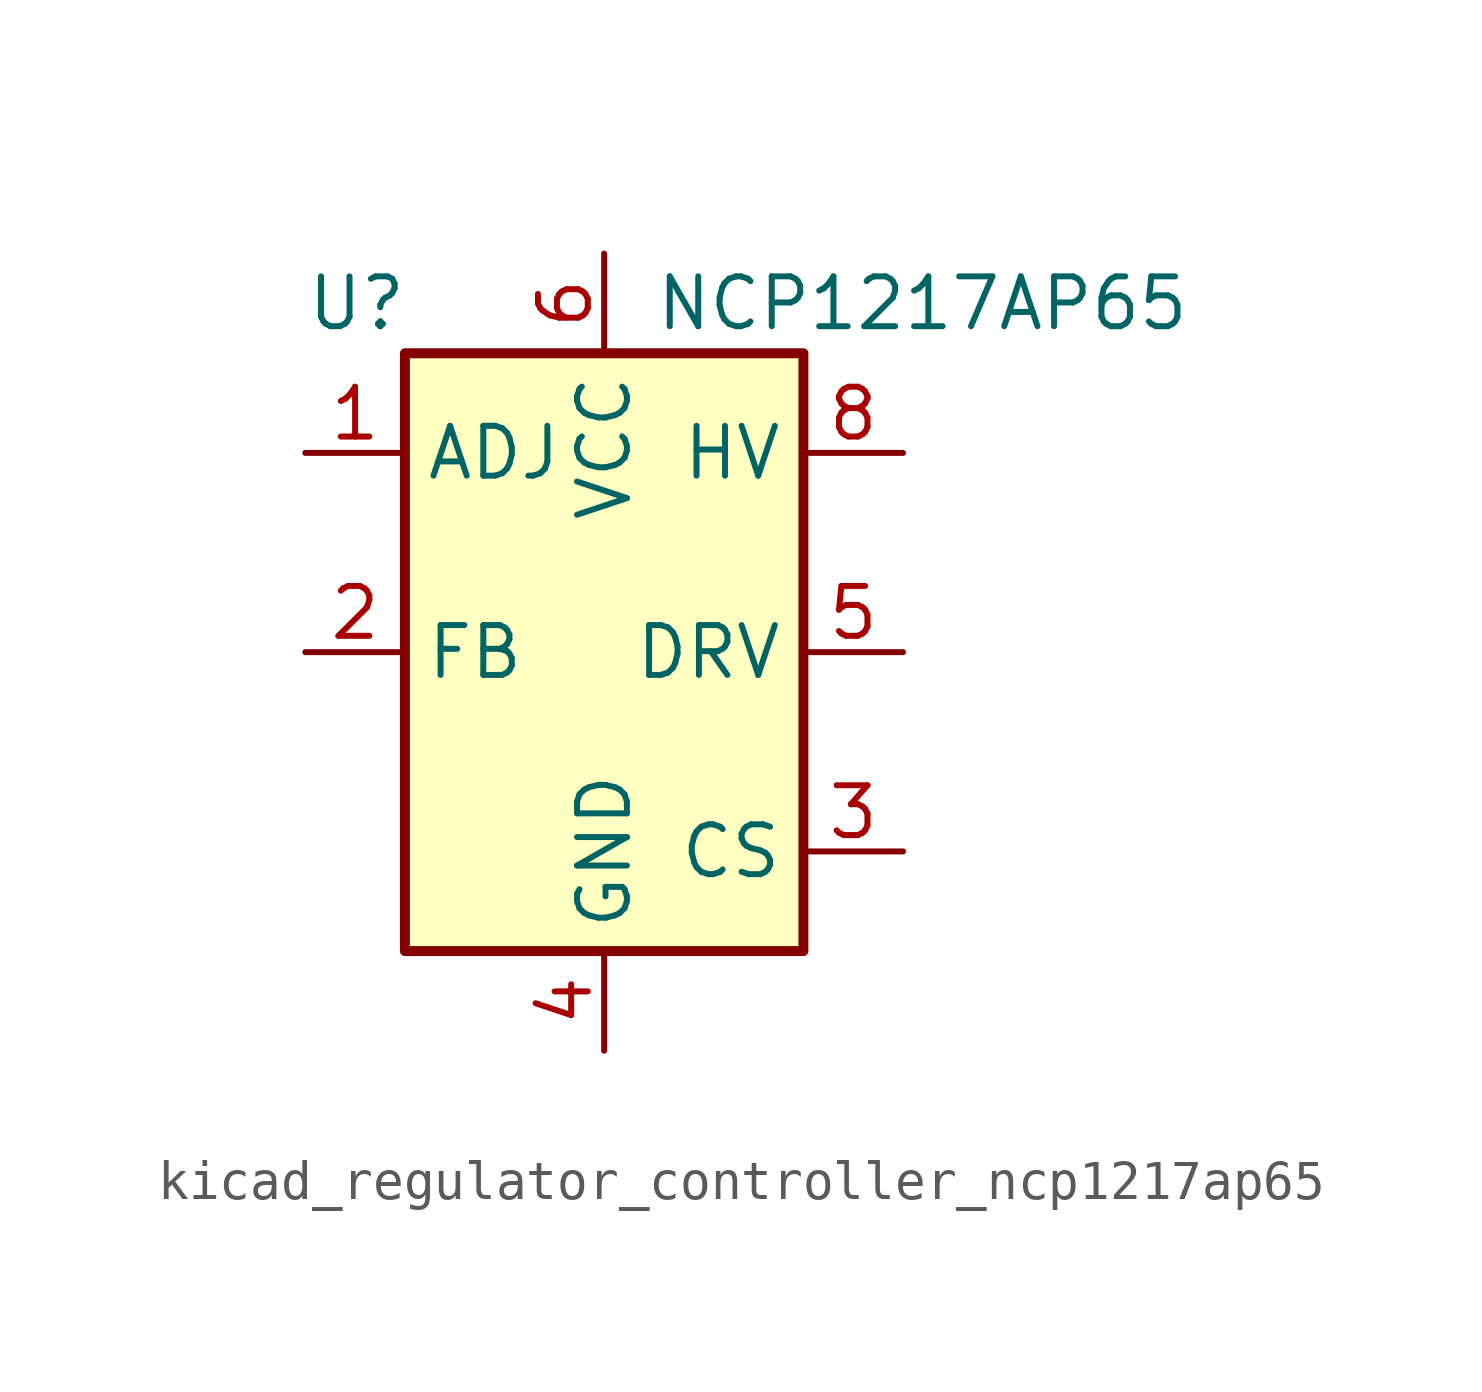
<source format=kicad_sym>
(kicad_symbol_lib
  (version 20220914)
  (generator kicad_symbol_editor)
  (symbol "kicad_regulator_controller_ncp1217ap65"
    (property "Reference" "U"
      (at -7.62 8.89 0)
      (effects (font (size 1.27 1.27)) (justify left)))
    (property "Value" "NCP1217AP65"
      (at 1.27 8.89 0)
      (effects (font (size 1.27 1.27)) (justify left)))
    (symbol "kicad_regulator_controller_ncp1217ap65_0_0"
      (rectangle (start -5.08 7.62) (end 5.08 -7.62) (stroke (width 0.254) (type default)) (fill (type background))))
    (symbol "kicad_regulator_controller_ncp1217ap65_1_1"
      (pin input line (at -7.62 5.08 0) (length 2.54) (name "ADJ" (effects (font (size 1.27 1.27)))) (number "1" (effects (font (size 1.27 1.27)))))
      (pin input line (at -7.62 0 0) (length 2.54) (name "FB" (effects (font (size 1.27 1.27)))) (number "2" (effects (font (size 1.27 1.27)))))
      (pin input line (at 7.62 -5.08 180) (length 2.54) (name "CS" (effects (font (size 1.27 1.27)))) (number "3" (effects (font (size 1.27 1.27)))))
      (pin power_in line (at 0 -10.16 90) (length 2.54) (name "GND" (effects (font (size 1.27 1.27)))) (number "4" (effects (font (size 1.27 1.27)))))
      (pin output line (at 7.62 0 180) (length 2.54) (name "DRV" (effects (font (size 1.27 1.27)))) (number "5" (effects (font (size 1.27 1.27)))))
      (pin power_in line (at 0 10.16 270) (length 2.54) (name "VCC" (effects (font (size 1.27 1.27)))) (number "6" (effects (font (size 1.27 1.27)))))
      (pin no_connect line (at -5.08 2.54 0) (length 2.54) hide (name "NC" (effects (font (size 1.27 1.27)))) (number "7" (effects (font (size 1.27 1.27)))))
      (pin input line (at 7.62 5.08 180) (length 2.54) (name "HV" (effects (font (size 1.27 1.27)))) (number "8" (effects (font (size 1.27 1.27))))))))
</source>
